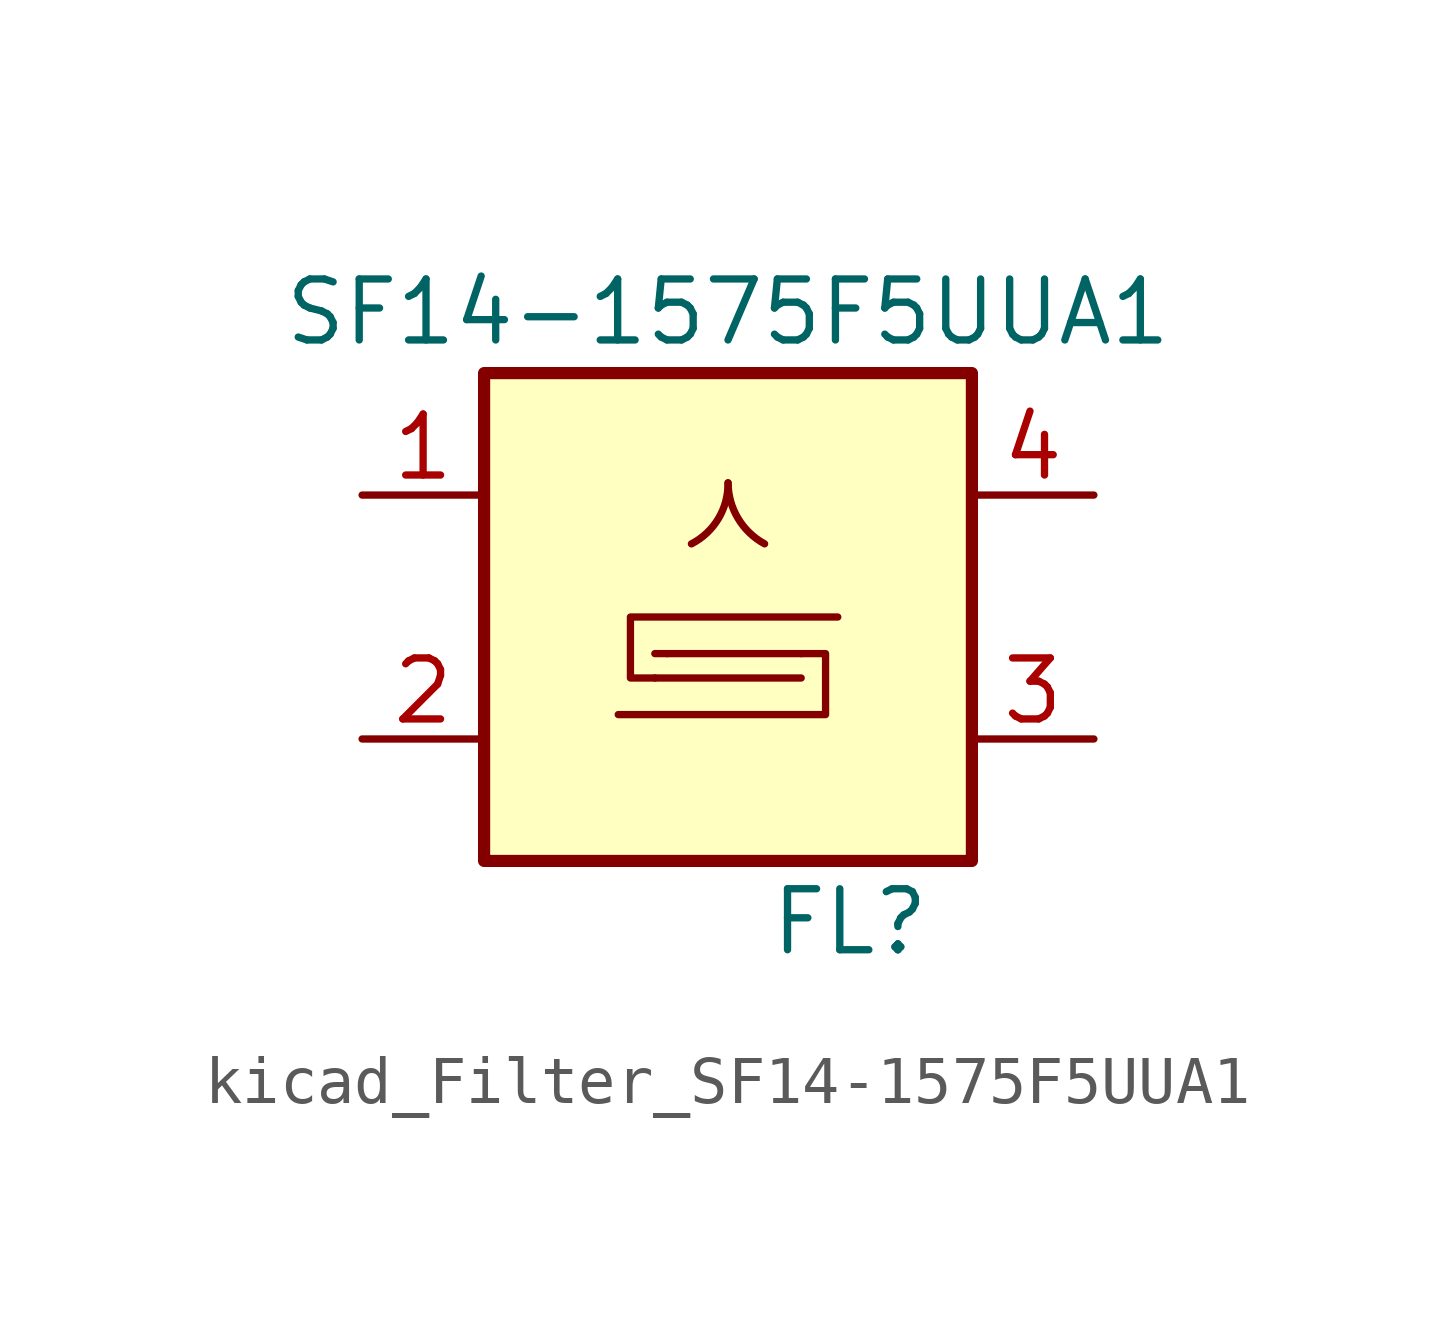
<source format=kicad_sym>
(kicad_symbol_lib
  (version 20220914)
  (generator kicad_symbol_editor)
  (symbol "kicad_Filter_SF14-1575F5UUA1"
    (pin_names
      (offset 1.016))
    (property "Reference" "FL"
      (at 2.54 -6.35 0)
      (effects (font (size 1.27 1.27))))
    (property "Value" "SF14-1575F5UUA1"
      (at 0 6.35 0)
      (effects (font (size 1.27 1.27))))
    (symbol "kicad_Filter_SF14-1575F5UUA1_0_1"
      (rectangle (start -5.08 5.08) (end 5.08 -5.08) (stroke (width 0.254) (type default)) (fill (type background)))
      (arc (start -0.762 1.524) (mid -0.1988 2.0511) (end 0 2.794) (stroke (width 0) (type default)) (fill (type none)))
      (polyline (pts (xy -1.524 -0.762) (xy -1.27 -0.762)) (stroke (width 0) (type default)) (fill (type none)))
      (polyline (pts (xy 1.524 -1.27) (xy -1.524 -1.27)) (stroke (width 0) (type default)) (fill (type none)))
      (polyline (pts (xy 1.524 -0.762) (xy -1.27 -0.762)) (stroke (width 0) (type default)) (fill (type none)))
      (polyline (pts (xy -1.524 -1.27) (xy -2.032 -1.27) (xy -2.032 0) (xy 2.286 0)) (stroke (width 0) (type default)) (fill (type none)))
      (polyline (pts (xy 1.524 -0.762) (xy 2.032 -0.762) (xy 2.032 -2.032) (xy -2.286 -2.032)) (stroke (width 0) (type default)) (fill (type none)))
      (arc (start 0 2.794) (mid 0.2065 2.0558) (end 0.762 1.524) (stroke (width 0) (type default)) (fill (type none))))
    (symbol "kicad_Filter_SF14-1575F5UUA1_1_1"
      (pin passive line (at -7.62 2.54 0) (length 2.54) (name "~" (effects (font (size 1.27 1.27)))) (number "1" (effects (font (size 1.27 1.27)))))
      (pin passive line (at -7.62 -2.54 0) (length 2.54) (name "~" (effects (font (size 1.27 1.27)))) (number "2" (effects (font (size 1.27 1.27)))))
      (pin passive line (at 7.62 -2.54 180) (length 2.54) (name "~" (effects (font (size 1.27 1.27)))) (number "3" (effects (font (size 1.27 1.27)))))
      (pin passive line (at 7.62 2.54 180) (length 2.54) (name "~" (effects (font (size 1.27 1.27)))) (number "4" (effects (font (size 1.27 1.27)))))
      (pin passive line (at -7.62 -2.54 0) (length 2.54) hide (name "~" (effects (font (size 1.27 1.27)))) (number "5" (effects (font (size 1.27 1.27))))))))
</source>
